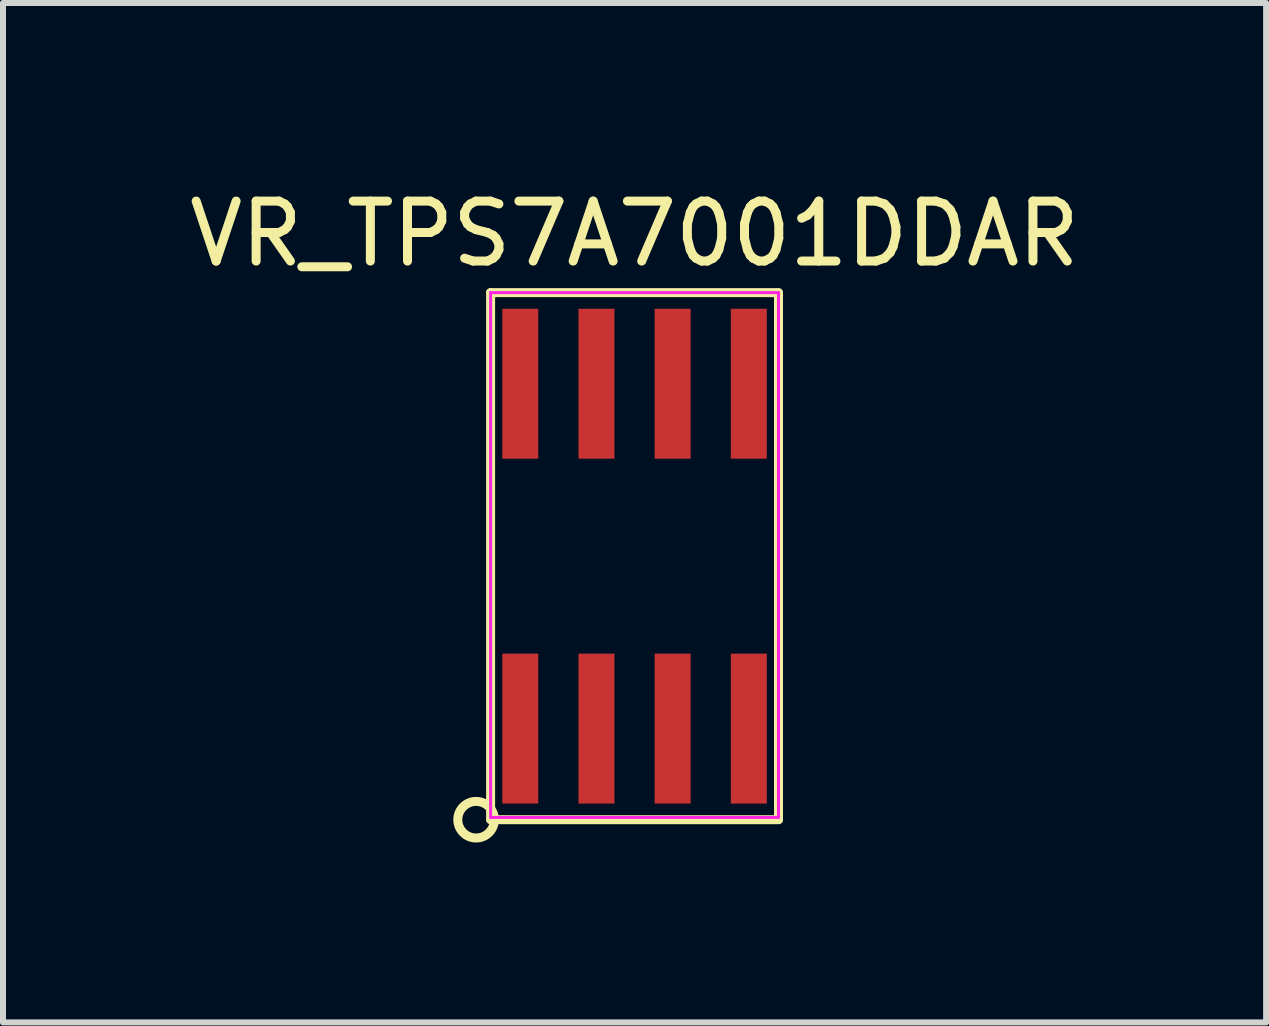
<source format=kicad_pcb>
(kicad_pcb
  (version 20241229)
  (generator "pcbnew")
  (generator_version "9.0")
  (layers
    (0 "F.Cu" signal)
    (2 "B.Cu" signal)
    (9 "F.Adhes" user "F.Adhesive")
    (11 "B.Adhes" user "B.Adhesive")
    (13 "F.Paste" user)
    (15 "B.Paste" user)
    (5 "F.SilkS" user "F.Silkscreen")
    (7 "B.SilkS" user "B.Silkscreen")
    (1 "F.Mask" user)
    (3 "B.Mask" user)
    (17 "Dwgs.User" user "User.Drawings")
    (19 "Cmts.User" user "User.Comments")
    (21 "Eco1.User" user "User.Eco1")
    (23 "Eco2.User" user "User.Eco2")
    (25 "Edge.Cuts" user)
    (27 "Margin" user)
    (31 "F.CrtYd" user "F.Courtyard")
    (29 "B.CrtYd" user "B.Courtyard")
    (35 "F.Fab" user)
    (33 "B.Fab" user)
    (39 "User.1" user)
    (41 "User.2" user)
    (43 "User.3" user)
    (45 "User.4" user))
  (footprint "VR_TPS7A7001DDAR"
    (layer "F.Cu")
    (at 7.53 6.223)
    (property "Reference" "VR_TPS7A7001DDAR" (at 0 -5.375 0) (layer "F.SilkS") (effects (font (size 1 1) (thickness 0.15))))
    (attr smd)
    (fp_line (start -2.4 4.386) (end -2.4 -4.394) (stroke (width 0.15) (type solid)) (layer "F.SilkS"))
    (fp_line (start 2.4 -4.394) (end -2.4 -4.394) (stroke (width 0.15) (type solid)) (layer "F.SilkS"))
    (fp_line (start 2.4 -4.39) (end 2.4 4.39) (stroke (width 0.15) (type solid)) (layer "F.SilkS"))
    (fp_line (start 2.4 4.394) (end -2.4 4.394) (stroke (width 0.15) (type solid)) (layer "F.SilkS"))
    (fp_circle (center -2.642 4.394) (end -2.642 4.089) (stroke (width 0.15) (type solid)) (fill no) (layer "F.SilkS"))
    (fp_line (start -2.4 -4.394) (end -2.4 4.356) (stroke (width 0.05) (type solid)) (layer "F.CrtYd"))
    (fp_line (start -2.4 -4.394) (end 2.4 -4.394) (stroke (width 0.05) (type solid)) (layer "F.CrtYd"))
    (fp_line (start -2.4 4.356) (end 2.4 4.356) (stroke (width 0.05) (type solid)) (layer "F.CrtYd"))
    (fp_line (start 2.4 -4.394) (end 2.4 4.356) (stroke (width 0.05) (type solid)) (layer "F.CrtYd"))
    (pad "1" smd rect (at -1.905 2.875) (size 0.6 2.5) (layers "F.Cu" "F.Mask" "F.Paste"))
    (pad "2" smd rect (at -0.635 2.875) (size 0.6 2.5) (layers "F.Cu" "F.Mask" "F.Paste"))
    (pad "3" smd rect (at 0.635 2.875) (size 0.6 2.5) (layers "F.Cu" "F.Mask" "F.Paste"))
    (pad "4" smd rect (at 1.905 2.875) (size 0.6 2.5) (layers "F.Cu" "F.Mask" "F.Paste"))
    (pad "5" smd rect (at 1.905 -2.875) (size 0.6 2.5) (layers "F.Cu" "F.Mask" "F.Paste"))
    (pad "6" smd rect (at 0.635 -2.875) (size 0.6 2.5) (layers "F.Cu" "F.Mask" "F.Paste"))
    (pad "7" smd rect (at -0.635 -2.875) (size 0.6 2.5) (layers "F.Cu" "F.Mask" "F.Paste"))
    (pad "8" smd rect (at -1.905 -2.875) (size 0.6 2.5) (layers "F.Cu" "F.Mask" "F.Paste")))
  (gr_rect
    (start -3 -3)
    (end 18.06 13.997)
    (stroke (width 0.1) (type default))
    (fill no)
    (layer "Edge.Cuts")))
</source>
